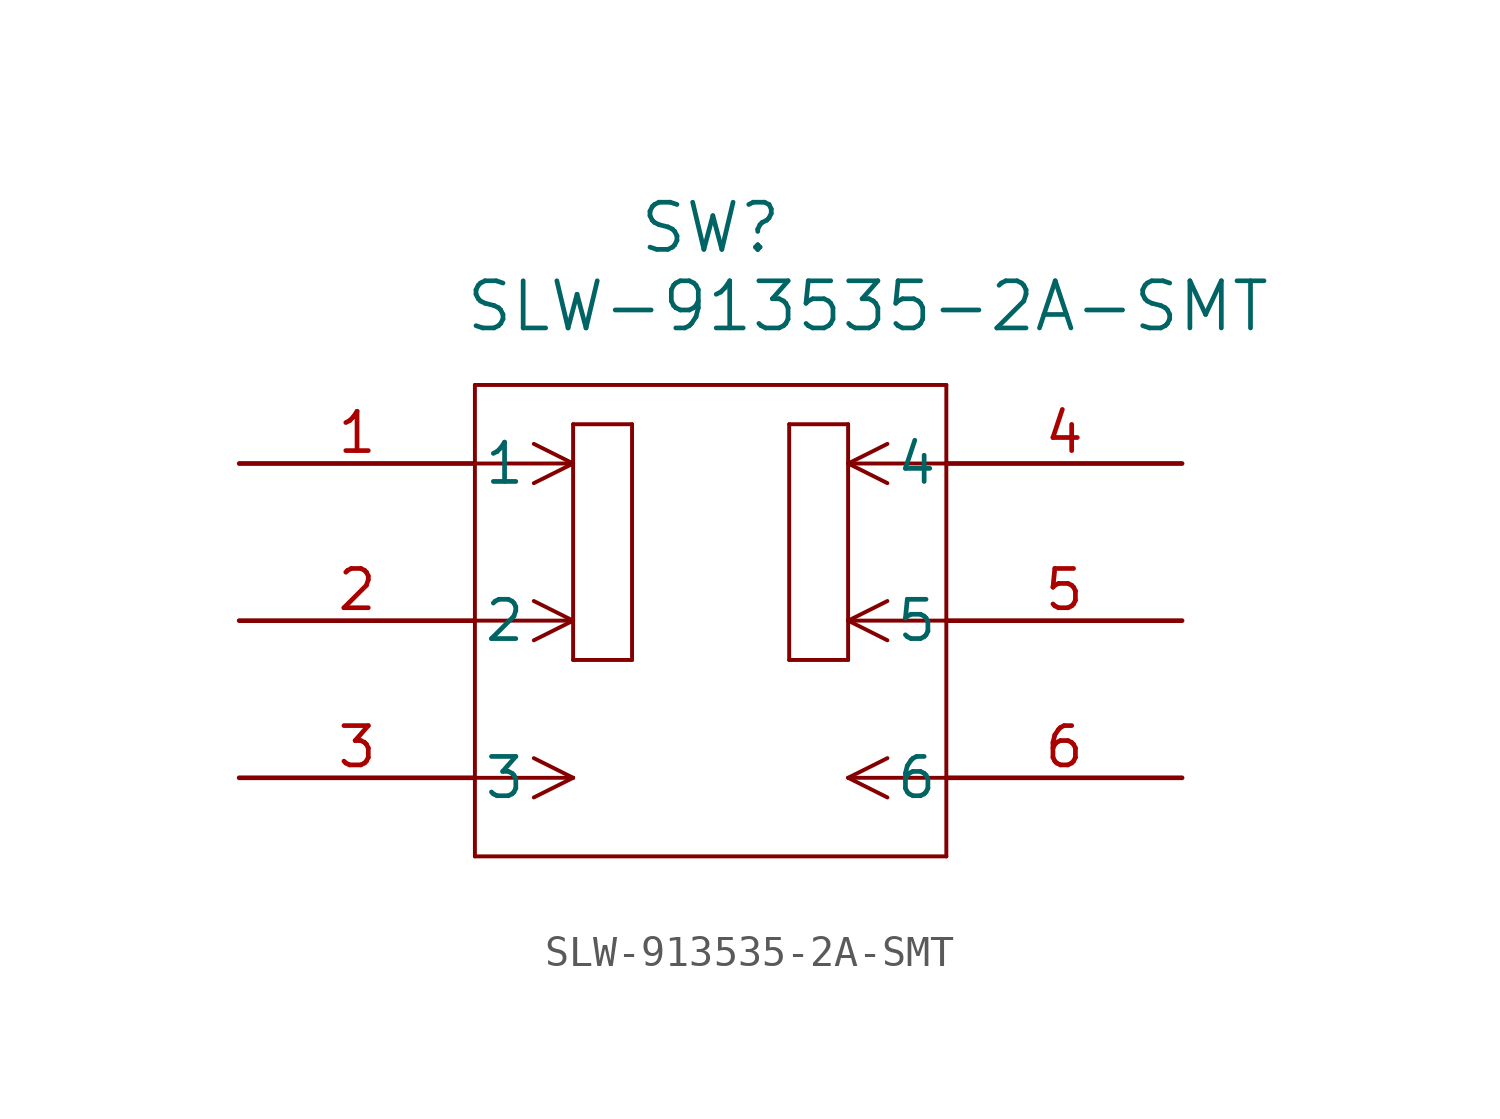
<source format=kicad_sym>
(kicad_symbol_lib
  (version 20211014)
  (generator kicad_symbol_editor)
  (symbol "SLW-913535-2A-SMT"
    (pin_names
      (offset 0.254))
    (property "Reference" "SW"
      (at 15.24 7.62 0)
      (effects (font (size 1.524 1.524))))
    (property "Value" "SLW-913535-2A-SMT"
      (at 20.32 5.08 0)
      (effects (font (size 1.524 1.524))))
    (polyline
      (pts (xy 7.62 2.54) (xy 7.62 -12.7))
      (stroke (width 0.127) (type default) (color 0 0 0 0))
      (fill (type none)))
    (polyline
      (pts (xy 7.62 -12.7) (xy 22.86 -12.7))
      (stroke (width 0.127) (type default) (color 0 0 0 0))
      (fill (type none)))
    (polyline
      (pts (xy 22.86 -12.7) (xy 22.86 2.54))
      (stroke (width 0.127) (type default) (color 0 0 0 0))
      (fill (type none)))
    (polyline
      (pts (xy 22.86 2.54) (xy 7.62 2.54))
      (stroke (width 0.127) (type default) (color 0 0 0 0))
      (fill (type none)))
    (polyline
      (pts (xy 7.62 0) (xy 10.795 0))
      (stroke (width 0.127) (type default) (color 0 0 0 0))
      (fill (type none)))
    (polyline
      (pts (xy 10.795 0) (xy 9.525 0.635))
      (stroke (width 0.127) (type default) (color 0 0 0 0))
      (fill (type none)))
    (polyline
      (pts (xy 9.525 -0.635) (xy 10.795 0))
      (stroke (width 0.127) (type default) (color 0 0 0 0))
      (fill (type none)))
    (polyline
      (pts (xy 7.62 -5.08) (xy 10.795 -5.08))
      (stroke (width 0.127) (type default) (color 0 0 0 0))
      (fill (type none)))
    (polyline
      (pts (xy 10.795 -5.08) (xy 9.525 -4.445))
      (stroke (width 0.127) (type default) (color 0 0 0 0))
      (fill (type none)))
    (polyline
      (pts (xy 9.525 -5.715) (xy 10.795 -5.08))
      (stroke (width 0.127) (type default) (color 0 0 0 0))
      (fill (type none)))
    (polyline
      (pts (xy 7.62 -10.16) (xy 10.795 -10.16))
      (stroke (width 0.127) (type default) (color 0 0 0 0))
      (fill (type none)))
    (polyline
      (pts (xy 10.795 -10.16) (xy 9.525 -9.525))
      (stroke (width 0.127) (type default) (color 0 0 0 0))
      (fill (type none)))
    (polyline
      (pts (xy 9.525 -10.795) (xy 10.795 -10.16))
      (stroke (width 0.127) (type default) (color 0 0 0 0))
      (fill (type none)))
    (polyline
      (pts (xy 22.86 0) (xy 19.685 0))
      (stroke (width 0.127) (type default) (color 0 0 0 0))
      (fill (type none)))
    (polyline
      (pts (xy 19.685 0) (xy 20.955 0.635))
      (stroke (width 0.127) (type default) (color 0 0 0 0))
      (fill (type none)))
    (polyline
      (pts (xy 20.955 -0.635) (xy 19.685 0))
      (stroke (width 0.127) (type default) (color 0 0 0 0))
      (fill (type none)))
    (polyline
      (pts (xy 22.86 -5.08) (xy 19.685 -5.08))
      (stroke (width 0.127) (type default) (color 0 0 0 0))
      (fill (type none)))
    (polyline
      (pts (xy 19.685 -5.08) (xy 20.955 -4.445))
      (stroke (width 0.127) (type default) (color 0 0 0 0))
      (fill (type none)))
    (polyline
      (pts (xy 20.955 -5.715) (xy 19.685 -5.08))
      (stroke (width 0.127) (type default) (color 0 0 0 0))
      (fill (type none)))
    (polyline
      (pts (xy 22.86 -10.16) (xy 19.685 -10.16))
      (stroke (width 0.127) (type default) (color 0 0 0 0))
      (fill (type none)))
    (polyline
      (pts (xy 19.685 -10.16) (xy 20.955 -9.525))
      (stroke (width 0.127) (type default) (color 0 0 0 0))
      (fill (type none)))
    (polyline
      (pts (xy 20.955 -10.795) (xy 19.685 -10.16))
      (stroke (width 0.127) (type default) (color 0 0 0 0))
      (fill (type none)))
    (polyline
      (pts (xy 10.795 1.27) (xy 10.795 -6.35))
      (stroke (width 0.127) (type default) (color 0 0 0 0))
      (fill (type none)))
    (polyline
      (pts (xy 10.795 -6.35) (xy 12.7 -6.35))
      (stroke (width 0.127) (type default) (color 0 0 0 0))
      (fill (type none)))
    (polyline
      (pts (xy 12.7 -6.35) (xy 12.7 1.27))
      (stroke (width 0.127) (type default) (color 0 0 0 0))
      (fill (type none)))
    (polyline
      (pts (xy 10.795 1.27) (xy 12.7 1.27))
      (stroke (width 0.127) (type default) (color 0 0 0 0))
      (fill (type none)))
    (polyline
      (pts (xy 17.78 1.27) (xy 17.78 -6.35))
      (stroke (width 0.127) (type default) (color 0 0 0 0))
      (fill (type none)))
    (polyline
      (pts (xy 17.78 -6.35) (xy 19.685 -6.35))
      (stroke (width 0.127) (type default) (color 0 0 0 0))
      (fill (type none)))
    (polyline
      (pts (xy 19.685 -6.35) (xy 19.685 1.27))
      (stroke (width 0.127) (type default) (color 0 0 0 0))
      (fill (type none)))
    (polyline
      (pts (xy 17.78 1.27) (xy 19.685 1.27))
      (stroke (width 0.127) (type default) (color 0 0 0 0))
      (fill (type none)))
    (pin unspecified line
      (at 0 0 0)
      (length 7.62)
      (name "1" (effects (font (size 1.27 1.27))))
      (number "1" (effects (font (size 1.27 1.27)))))
    (pin unspecified line
      (at 0 -5.08 0)
      (length 7.62)
      (name "2" (effects (font (size 1.27 1.27))))
      (number "2" (effects (font (size 1.27 1.27)))))
    (pin unspecified line
      (at 0 -10.16 0)
      (length 7.62)
      (name "3" (effects (font (size 1.27 1.27))))
      (number "3" (effects (font (size 1.27 1.27)))))
    (pin unspecified line
      (at 30.48 0 180)
      (length 7.62)
      (name "4" (effects (font (size 1.27 1.27))))
      (number "4" (effects (font (size 1.27 1.27)))))
    (pin unspecified line
      (at 30.48 -5.08 180)
      (length 7.62)
      (name "5" (effects (font (size 1.27 1.27))))
      (number "5" (effects (font (size 1.27 1.27)))))
    (pin unspecified line
      (at 30.48 -10.16 180)
      (length 7.62)
      (name "6" (effects (font (size 1.27 1.27))))
      (number "6" (effects (font (size 1.27 1.27)))))))
</source>
